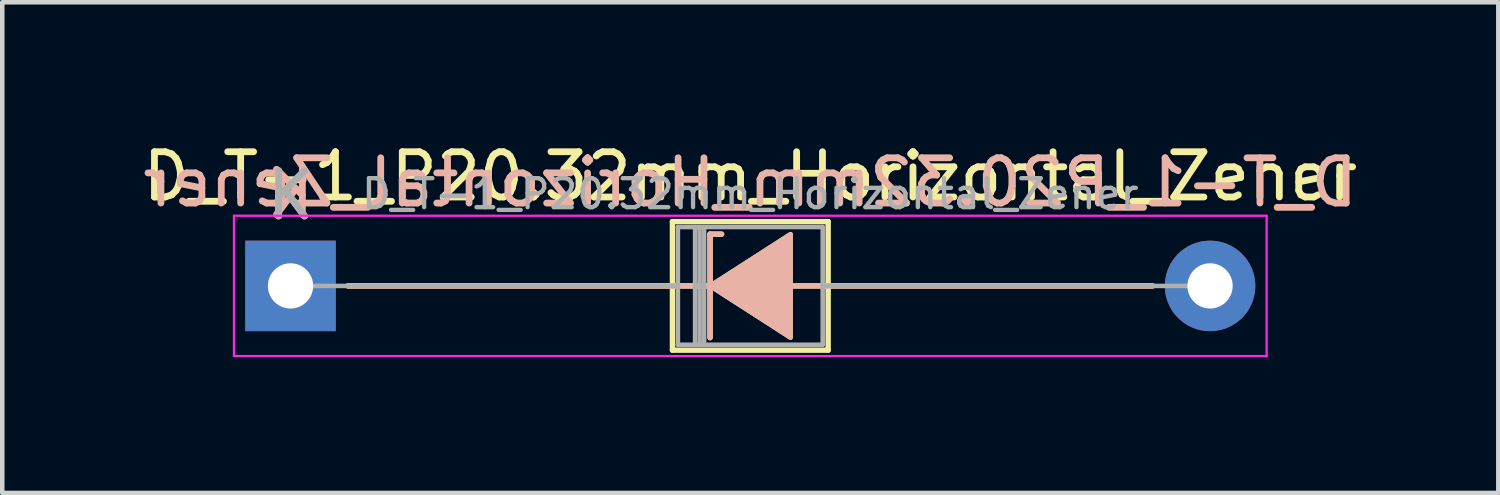
<source format=kicad_pcb>
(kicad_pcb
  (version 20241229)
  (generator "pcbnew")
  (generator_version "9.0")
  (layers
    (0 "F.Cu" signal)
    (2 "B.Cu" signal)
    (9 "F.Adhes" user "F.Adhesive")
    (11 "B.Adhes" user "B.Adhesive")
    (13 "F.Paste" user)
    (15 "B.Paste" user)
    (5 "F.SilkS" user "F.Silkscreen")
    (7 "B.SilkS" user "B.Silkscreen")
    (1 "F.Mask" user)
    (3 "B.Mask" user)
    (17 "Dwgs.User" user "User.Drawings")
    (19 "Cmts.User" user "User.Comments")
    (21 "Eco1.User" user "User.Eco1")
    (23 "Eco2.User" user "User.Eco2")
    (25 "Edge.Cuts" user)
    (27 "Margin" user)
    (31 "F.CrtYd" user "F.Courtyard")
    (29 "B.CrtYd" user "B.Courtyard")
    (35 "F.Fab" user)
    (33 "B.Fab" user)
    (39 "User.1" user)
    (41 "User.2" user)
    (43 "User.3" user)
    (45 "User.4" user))
  (footprint "D_T-1_P20.32mm_Horizontal_Zener"
    (layer "F.Cu")
    (at 3.37 3.268)
    (property "Reference" "D_T-1_P20.32mm_Horizontal_Zener" (at 10.16 -2.42 0) (layer "F.SilkS") (effects (font (size 1 1) (thickness 0.15))))
    (fp_line (start 1.27 0) (end 8.44 0) (stroke (width 0.12) (type solid)) (layer "F.SilkS"))
    (fp_line (start 8.44 -1.42) (end 8.44 1.42) (stroke (width 0.12) (type solid)) (layer "F.SilkS"))
    (fp_line (start 8.44 1.42) (end 11.88 1.42) (stroke (width 0.12) (type solid)) (layer "F.SilkS"))
    (fp_line (start 9.271 -1.143) (end 9.271 1.143) (stroke (width 0.12) (type solid)) (layer "F.SilkS"))
    (fp_line (start 9.271 -1.143) (end 9.525 -1.143) (stroke (width 0.12) (type solid)) (layer "F.SilkS"))
    (fp_line (start 9.398 0) (end 8.44 0) (stroke (width 0.12) (type solid)) (layer "F.SilkS"))
    (fp_line (start 11.049 0) (end 11.88 0) (stroke (width 0.12) (type solid)) (layer "F.SilkS"))
    (fp_line (start 11.88 -1.42) (end 8.44 -1.42) (stroke (width 0.12) (type solid)) (layer "F.SilkS"))
    (fp_line (start 11.88 1.42) (end 11.88 -1.42) (stroke (width 0.12) (type solid)) (layer "F.SilkS"))
    (fp_line (start 19.05 0) (end 11.88 0) (stroke (width 0.12) (type solid)) (layer "F.SilkS"))
    (fp_poly (pts (xy 11.049 1.143) (xy 9.271 0) (xy 11.049 -1.143)) (stroke (width 0.1) (type solid)) (fill yes) (layer "F.SilkS"))
    (fp_line (start 1.27 0) (end 8.44 0) (stroke (width 0.12) (type solid)) (layer "B.SilkS"))
    (fp_line (start 9.271 -1.143) (end 9.525 -1.143) (stroke (width 0.12) (type solid)) (layer "B.SilkS"))
    (fp_line (start 9.271 1.143) (end 9.271 -1.143) (stroke (width 0.12) (type solid)) (layer "B.SilkS"))
    (fp_line (start 9.398 0) (end 8.44 0) (stroke (width 0.12) (type solid)) (layer "B.SilkS"))
    (fp_line (start 11.049 0) (end 11.88 0) (stroke (width 0.12) (type solid)) (layer "B.SilkS"))
    (fp_line (start 19.05 0) (end 11.88 0) (stroke (width 0.12) (type solid)) (layer "B.SilkS"))
    (fp_poly (pts (xy 11.049 -1.143) (xy 9.271 0) (xy 11.049 1.143)) (stroke (width 0.1) (type solid)) (fill yes) (layer "B.SilkS"))
    (fp_line (start -1.25 -1.55) (end -1.25 1.55) (stroke (width 0.05) (type solid)) (layer "F.CrtYd"))
    (fp_line (start -1.25 1.55) (end 21.57 1.55) (stroke (width 0.05) (type solid)) (layer "F.CrtYd"))
    (fp_line (start 21.57 -1.55) (end -1.25 -1.55) (stroke (width 0.05) (type solid)) (layer "F.CrtYd"))
    (fp_line (start 21.57 1.55) (end 21.57 -1.55) (stroke (width 0.05) (type solid)) (layer "F.CrtYd"))
    (fp_line (start 0 0) (end 8.56 0) (stroke (width 0.1) (type solid)) (layer "F.Fab"))
    (fp_line (start 8.56 -1.3) (end 8.56 1.3) (stroke (width 0.1) (type solid)) (layer "F.Fab"))
    (fp_line (start 8.56 1.3) (end 11.76 1.3) (stroke (width 0.1) (type solid)) (layer "F.Fab"))
    (fp_line (start 8.94 -1.3) (end 8.94 1.3) (stroke (width 0.1) (type solid)) (layer "F.Fab"))
    (fp_line (start 9.04 -1.3) (end 9.04 1.3) (stroke (width 0.1) (type solid)) (layer "F.Fab"))
    (fp_line (start 9.14 -1.3) (end 9.14 1.3) (stroke (width 0.1) (type solid)) (layer "F.Fab"))
    (fp_line (start 11.76 -1.3) (end 8.56 -1.3) (stroke (width 0.1) (type solid)) (layer "F.Fab"))
    (fp_line (start 11.76 1.3) (end 11.76 -1.3) (stroke (width 0.1) (type solid)) (layer "F.Fab"))
    (fp_line (start 20.32 0) (end 11.76 0) (stroke (width 0.1) (type solid)) (layer "F.Fab"))
    (fp_text user "K" (at 0 -2 0) (layer "F.SilkS") (effects (font (size 1 1) (thickness 0.15))))
    (fp_text user "${REFERENCE}" (at 10.16 -2.286 0) (layer "B.SilkS") (effects (font (size 1 1) (thickness 0.15)) (justify mirror)))
    (fp_text user "K" (at 0 -2.032 0) (layer "B.SilkS") (effects (font (size 1 1) (thickness 0.15)) (justify mirror)))
    (fp_text user "${REFERENCE}" (at 10.16 -2.032 0) (layer "F.Fab") (effects (font (size 0.64 0.64) (thickness 0.096))))
    (fp_text user "K" (at 0 -2 0) (layer "F.Fab") (effects (font (size 1 1) (thickness 0.15))))
    (pad "1" thru_hole rect (at 0 0) (size 2 2) (drill 1) (layers "*.Cu" "*.Mask"))
    (pad "2" thru_hole oval (at 20.32 0) (size 2 2) (drill 1) (layers "*.Cu" "*.Mask")))
  (gr_rect
    (start -3 -3)
    (end 30.06 7.843)
    (stroke (width 0.1) (type default))
    (fill no)
    (layer "Edge.Cuts")))
</source>
